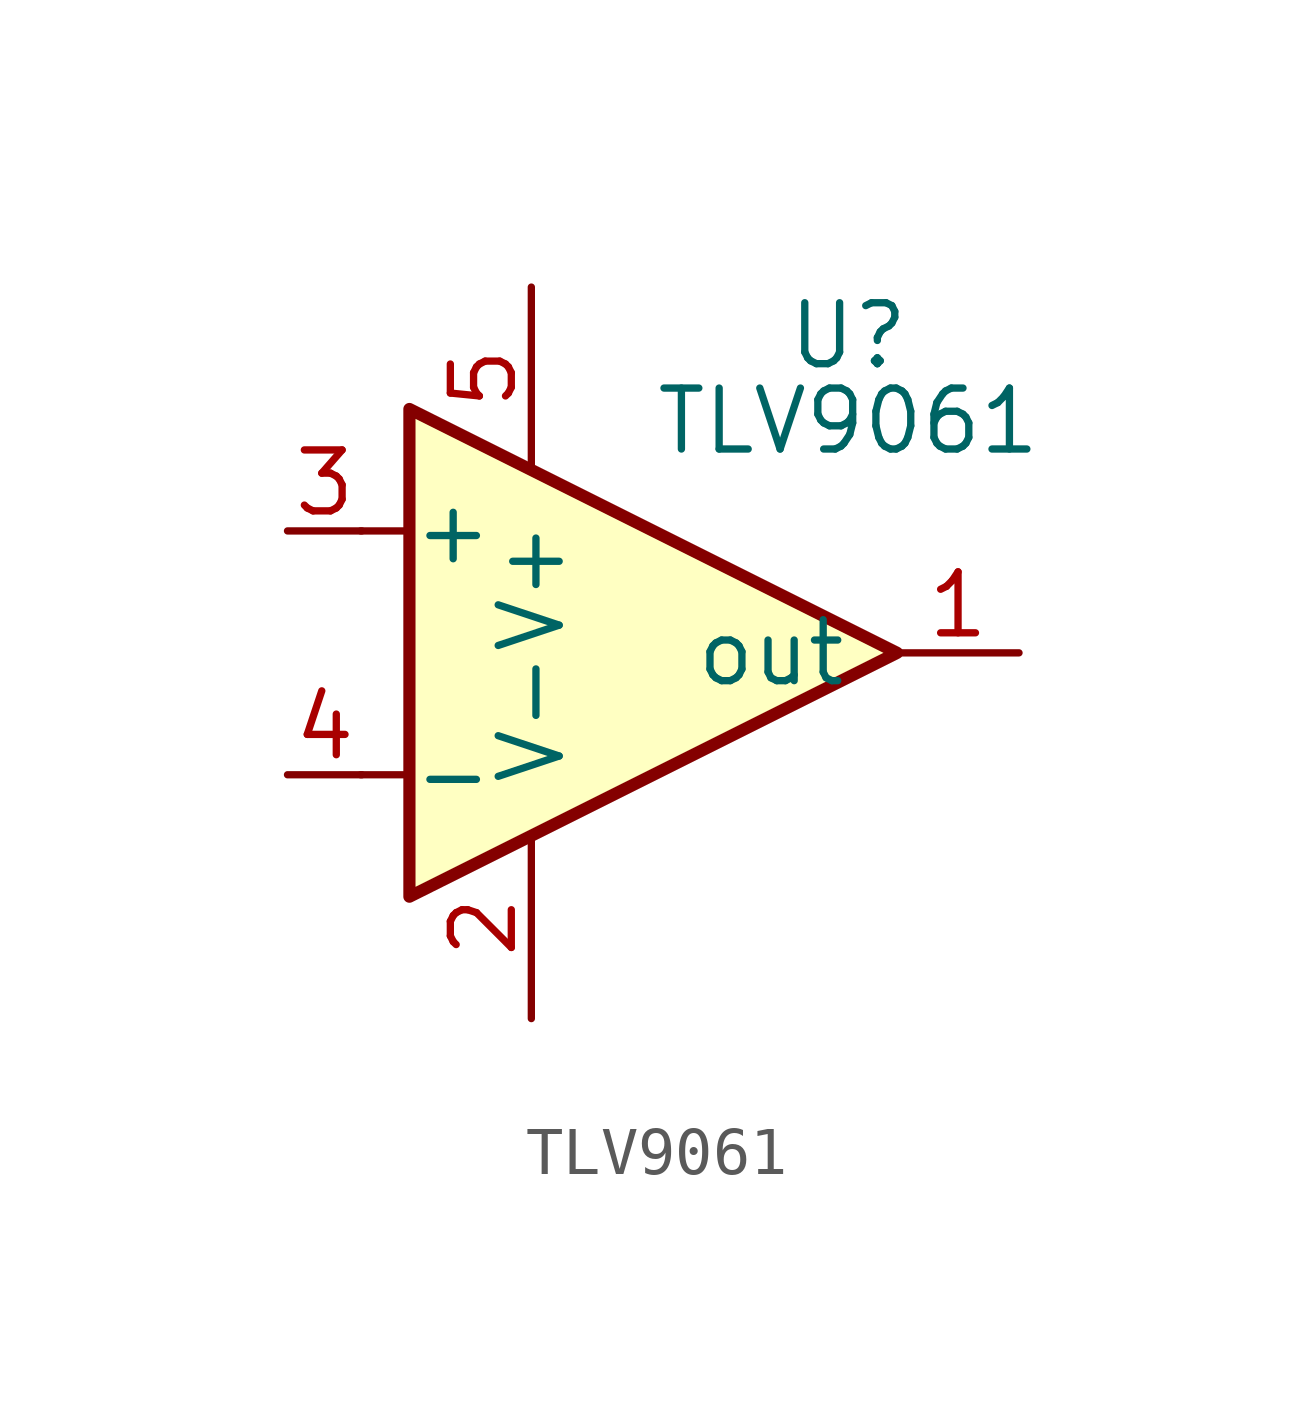
<source format=kicad_sym>
(kicad_symbol_lib
  (version 20241209)
  (generator "kicad_symbol_editor")
  (generator_version "9.0")
  (symbol "TLV9061"
    (pin_names
      (offset 1.016))
    (property "Reference" "U"
      (at -3.556 -2.286 0)
      (effects (font (size 1.27 1.27))))
    (property "Value" "TLV9061"
      (at -3.556 -4.064 0)
      (effects (font (size 1.27 1.27))))
    (symbol "TLV9061_0_1"
      (polyline (pts (xy -13.716 -6.35) (xy -12.827 -6.35) (xy -12.7 -6.35)) (stroke (width 0) (type solid)) (fill (type none)))
      (polyline (pts (xy -13.716 -11.43) (xy -12.827 -11.43)) (stroke (width 0) (type solid)) (fill (type none))))
    (symbol "TLV9061_1_1"
      (polyline (pts (xy -12.7 -3.81) (xy -2.54 -8.89) (xy -12.7 -13.97) (xy -12.7 -3.81)) (stroke (width 0.254) (type solid)) (fill (type background)))
      (pin input line (at -15.24 -6.35 0) (length 1.549) (name "+" (effects (font (size 1.27 1.27)))) (number "3" (effects (font (size 1.27 1.27)))))
      (pin input line (at -15.24 -11.43 0) (length 1.549) (name "-" (effects (font (size 1.27 1.27)))) (number "4" (effects (font (size 1.27 1.27)))))
      (pin power_in line (at -10.16 -1.27 270) (length 3.81) (name "V+" (effects (font (size 1.27 1.27)))) (number "5" (effects (font (size 1.27 1.27)))))
      (pin power_in line (at -10.16 -16.51 90) (length 3.81) (name "V-" (effects (font (size 1.27 1.27)))) (number "2" (effects (font (size 1.27 1.27)))))
      (pin output line (at 0 -8.89 180) (length 2.54) (name "out" (effects (font (size 1.27 1.27)))) (number "1" (effects (font (size 1.27 1.27))))))))
</source>
